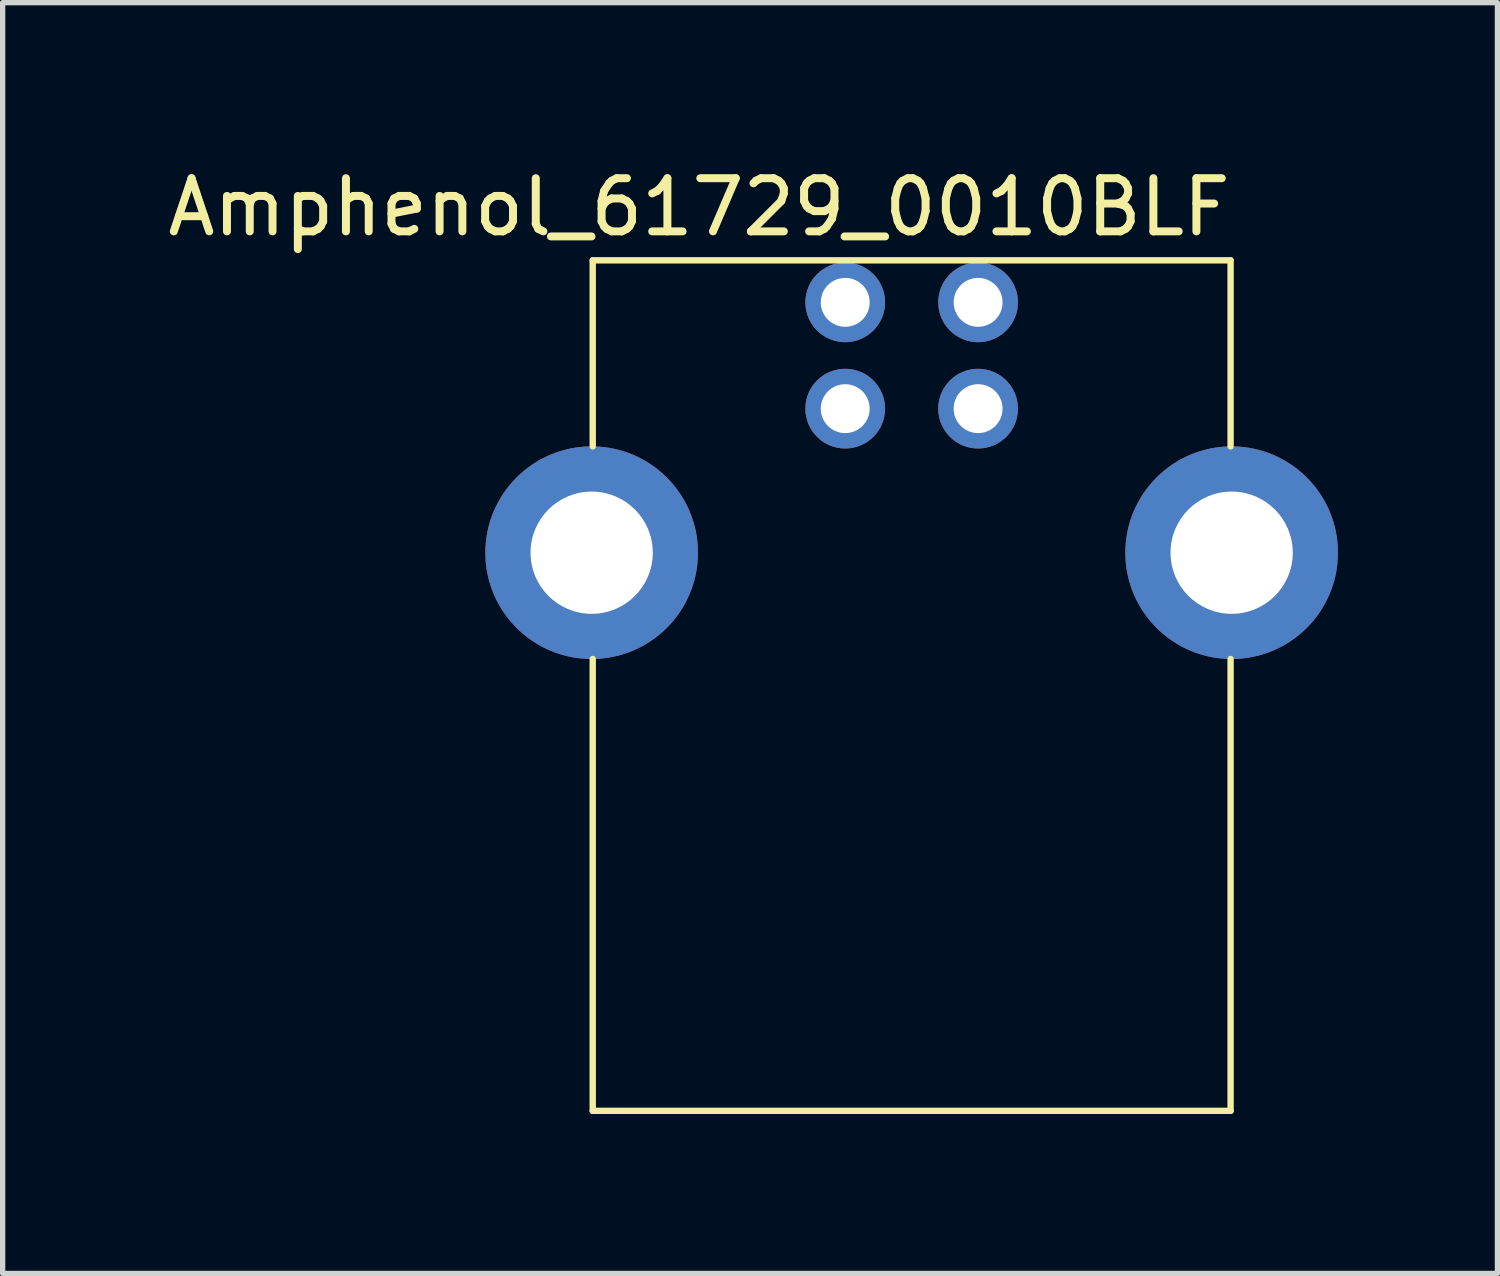
<source format=kicad_pcb>
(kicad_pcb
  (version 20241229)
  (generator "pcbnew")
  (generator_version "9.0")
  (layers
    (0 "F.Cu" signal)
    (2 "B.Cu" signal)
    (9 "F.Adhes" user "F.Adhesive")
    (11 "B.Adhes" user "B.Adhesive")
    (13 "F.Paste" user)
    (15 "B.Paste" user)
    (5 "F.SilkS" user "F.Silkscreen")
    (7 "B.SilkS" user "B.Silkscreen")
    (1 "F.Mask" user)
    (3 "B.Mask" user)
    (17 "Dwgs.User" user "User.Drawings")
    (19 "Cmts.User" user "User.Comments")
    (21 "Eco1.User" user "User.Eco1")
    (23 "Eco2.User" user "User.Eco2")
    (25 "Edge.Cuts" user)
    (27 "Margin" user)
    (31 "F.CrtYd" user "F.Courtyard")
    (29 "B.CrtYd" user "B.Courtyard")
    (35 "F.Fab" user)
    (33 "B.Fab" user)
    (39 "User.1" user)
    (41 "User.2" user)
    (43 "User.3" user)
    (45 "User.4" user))
  (footprint "Amphenol_61729_0010BLF"
    (layer "F.Cu")
    (at 14.101 7.348)
    (property "Reference" "Amphenol_61729_0010BLF" (at -4 -6.5 0) (layer "F.SilkS") (effects (font (size 1 1) (thickness 0.15))))
    (attr through_hole)
    (fp_line (start -6 -5.5) (end -6 -2) (stroke (width 0.12) (type solid)) (layer "F.SilkS"))
    (fp_line (start -6 10.5) (end -6 2) (stroke (width 0.12) (type solid)) (layer "F.SilkS"))
    (fp_line (start -6 10.5) (end 6 10.5) (stroke (width 0.12) (type solid)) (layer "F.SilkS"))
    (fp_line (start 6 -5.5) (end -6 -5.5) (stroke (width 0.12) (type solid)) (layer "F.SilkS"))
    (fp_line (start 6 -2) (end 6 -5.5) (stroke (width 0.12) (type solid)) (layer "F.SilkS"))
    (fp_line (start 6 10.5) (end 6 2) (stroke (width 0.12) (type solid)) (layer "F.SilkS"))
    (pad "1" thru_hole circle (at 1.25 -4.71) (size 1.5 1.5) (drill 0.92) (layers "*.Cu" "*.Mask"))
    (pad "2" thru_hole circle (at -1.25 -4.71) (size 1.5 1.5) (drill 0.92) (layers "*.Cu" "*.Mask"))
    (pad "3" thru_hole circle (at -1.25 -2.71) (size 1.5 1.5) (drill 0.92) (layers "*.Cu" "*.Mask"))
    (pad "4" thru_hole circle (at 1.25 -2.71) (size 1.5 1.5) (drill 0.92) (layers "*.Cu" "*.Mask"))
    (pad "5" thru_hole circle (at -6.02 0) (size 4 4) (drill 2.3) (layers "*.Cu" "*.Mask"))
    (pad "5" thru_hole circle (at 6.02 0) (size 4 4) (drill 2.3) (layers "*.Cu" "*.Mask")))
  (gr_rect
    (start -3 -3)
    (end 25.121 20.908)
    (stroke (width 0.1) (type default))
    (fill no)
    (layer "Edge.Cuts")))
</source>
